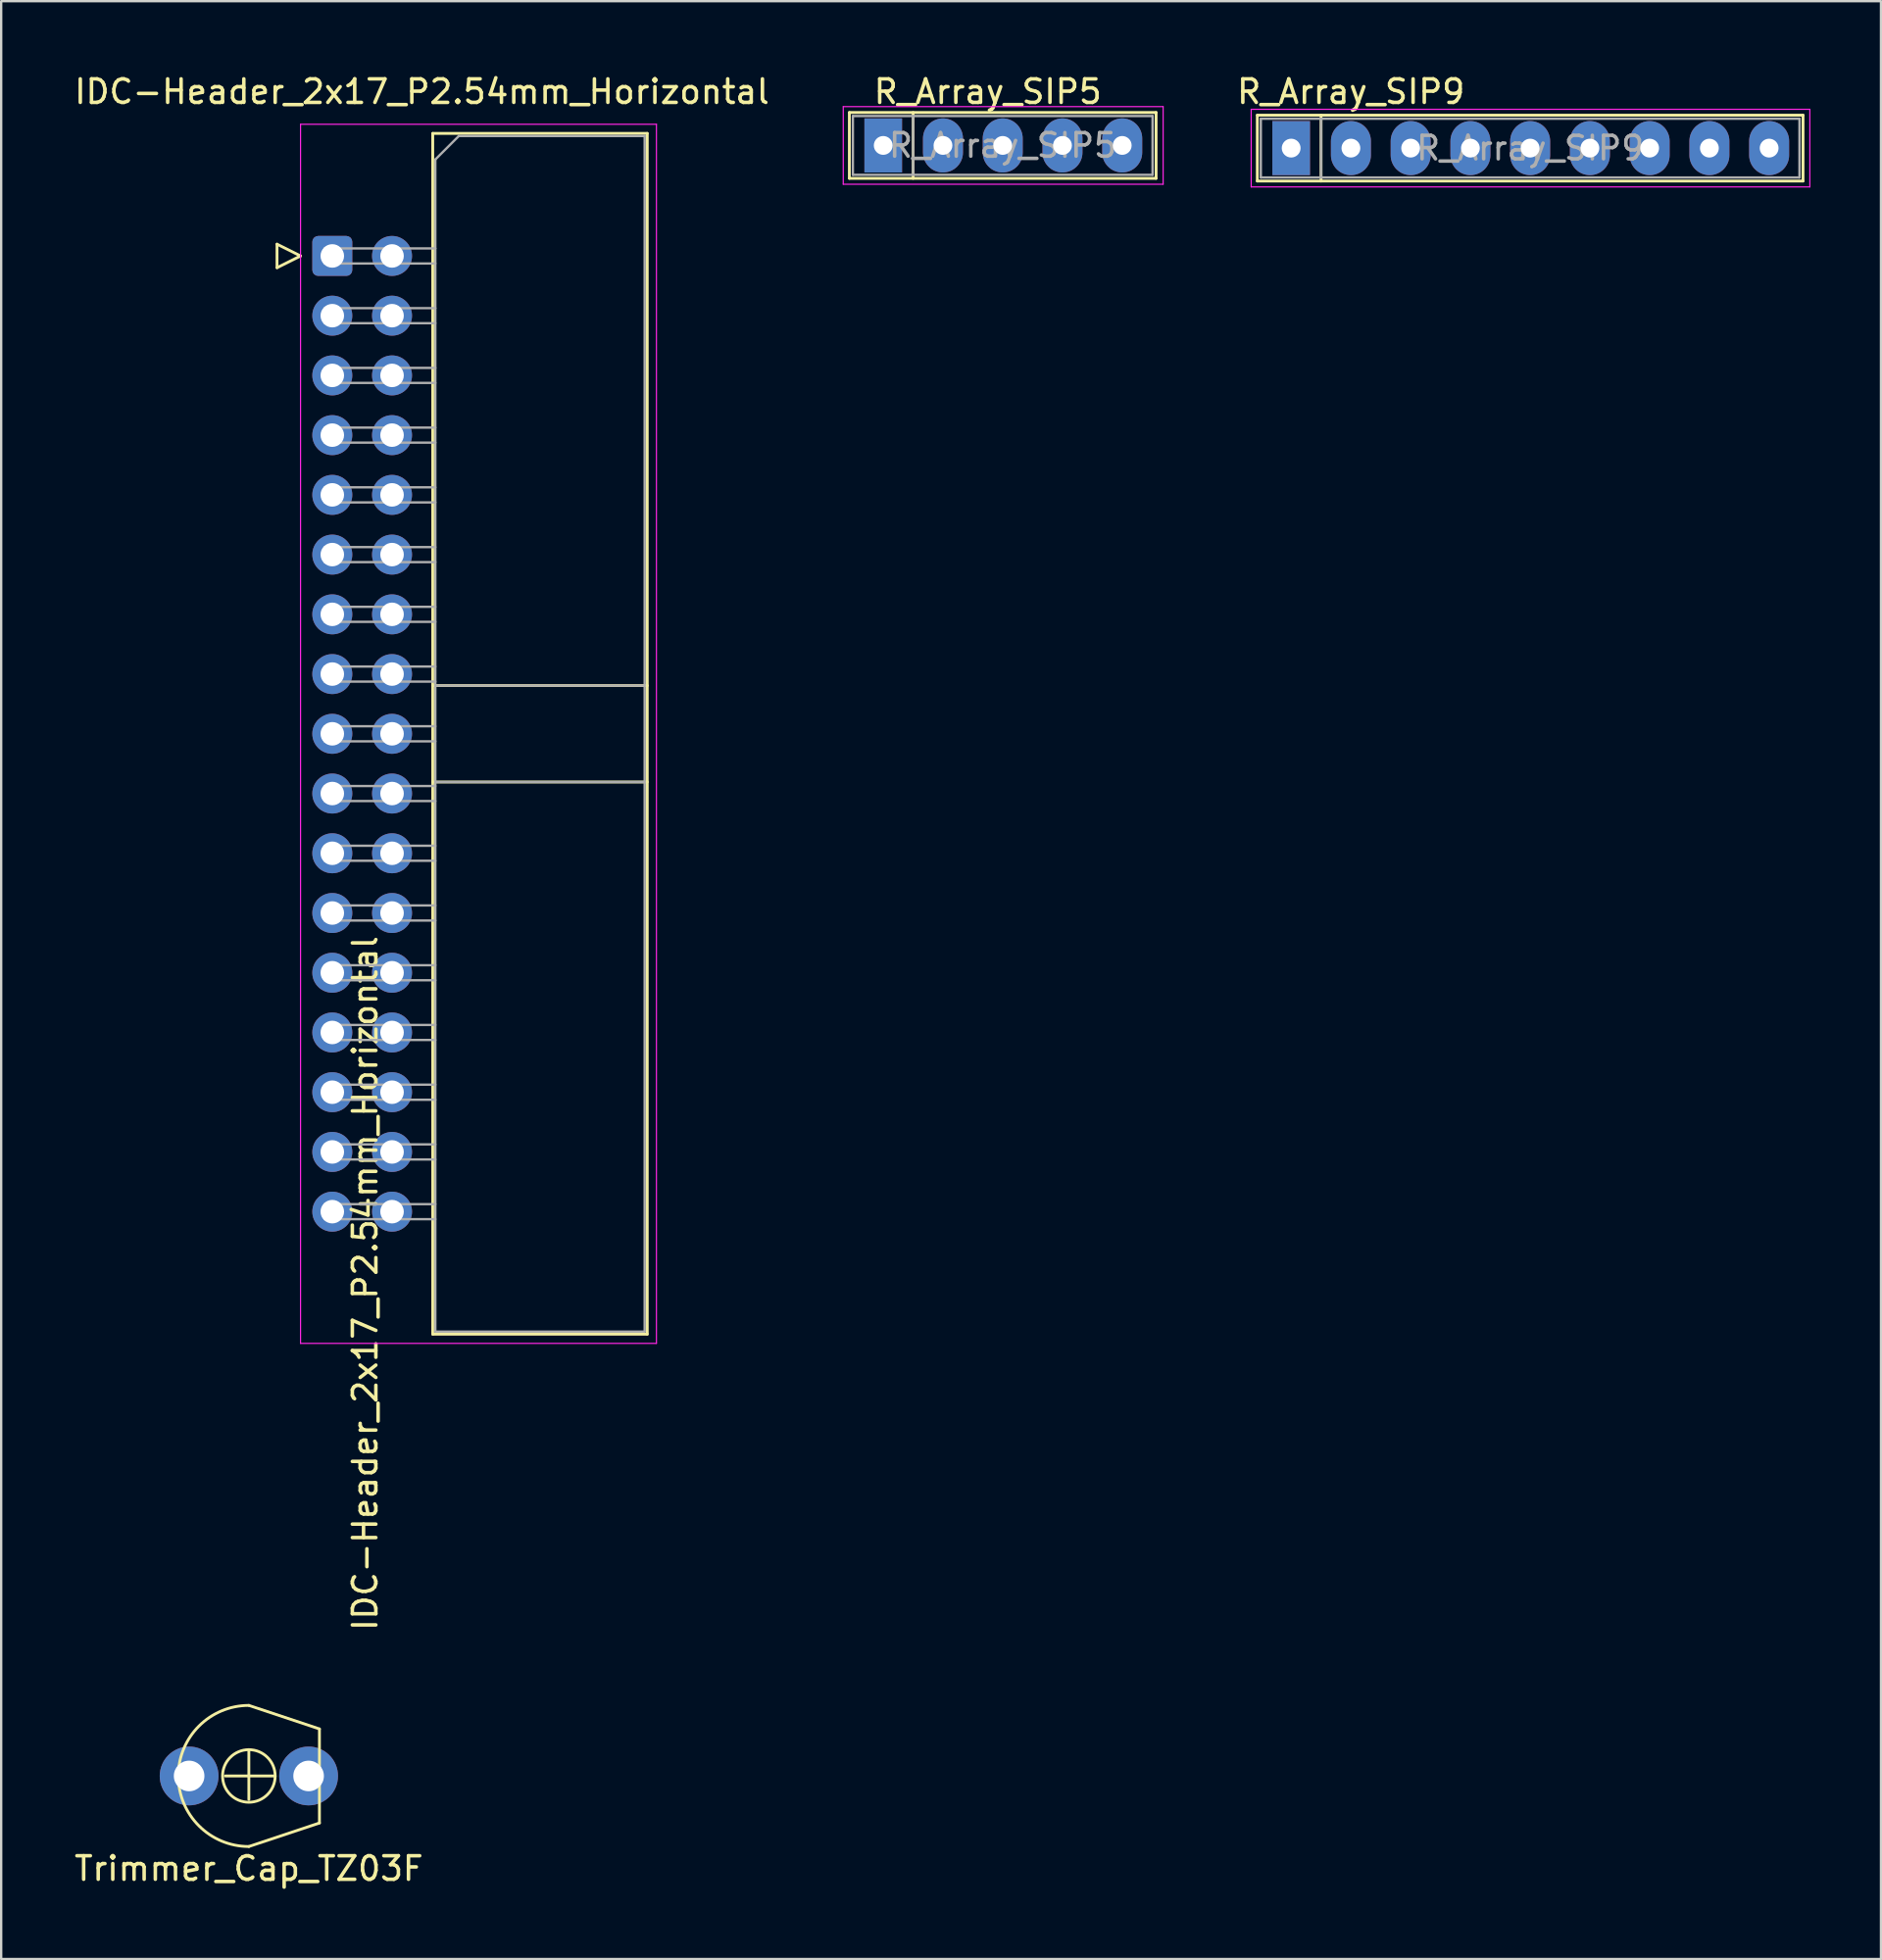
<source format=kicad_pcb>
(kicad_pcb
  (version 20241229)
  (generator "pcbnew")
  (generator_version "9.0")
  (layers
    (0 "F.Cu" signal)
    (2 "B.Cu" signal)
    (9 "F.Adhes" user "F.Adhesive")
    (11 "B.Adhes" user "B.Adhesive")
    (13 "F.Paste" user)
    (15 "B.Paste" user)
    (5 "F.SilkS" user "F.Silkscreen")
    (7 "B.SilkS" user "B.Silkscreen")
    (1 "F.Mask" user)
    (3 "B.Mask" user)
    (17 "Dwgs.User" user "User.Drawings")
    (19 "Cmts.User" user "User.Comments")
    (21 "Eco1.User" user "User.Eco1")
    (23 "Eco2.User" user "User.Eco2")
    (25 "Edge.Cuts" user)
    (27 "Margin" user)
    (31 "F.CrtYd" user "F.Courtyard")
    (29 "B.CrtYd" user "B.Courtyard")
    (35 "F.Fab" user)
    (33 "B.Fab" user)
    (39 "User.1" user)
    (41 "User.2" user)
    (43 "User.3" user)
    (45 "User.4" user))
  (footprint "R_Array_SIP5"
    (layer "F.Cu")
    (at 34.499 3.134)
    (property "Reference" "R_Array_SIP5" (at 4.445 -2.286 0) (layer "F.SilkS") (effects (font (size 1 1) (thickness 0.15))))
    (attr through_hole)
    (fp_line (start -1.44 -1.4) (end -1.44 1.4) (stroke (width 0.12) (type solid)) (layer "F.SilkS"))
    (fp_line (start -1.44 1.4) (end 11.6 1.4) (stroke (width 0.12) (type solid)) (layer "F.SilkS"))
    (fp_line (start 1.27 -1.4) (end 1.27 1.4) (stroke (width 0.12) (type solid)) (layer "F.SilkS"))
    (fp_line (start 11.6 -1.4) (end -1.44 -1.4) (stroke (width 0.12) (type solid)) (layer "F.SilkS"))
    (fp_line (start 11.6 1.4) (end 11.6 -1.4) (stroke (width 0.12) (type solid)) (layer "F.SilkS"))
    (fp_line (start -1.7 -1.65) (end -1.7 1.65) (stroke (width 0.05) (type solid)) (layer "F.CrtYd"))
    (fp_line (start -1.7 1.65) (end 11.9 1.65) (stroke (width 0.05) (type solid)) (layer "F.CrtYd"))
    (fp_line (start 11.9 -1.65) (end -1.7 -1.65) (stroke (width 0.05) (type solid)) (layer "F.CrtYd"))
    (fp_line (start 11.9 1.65) (end 11.9 -1.65) (stroke (width 0.05) (type solid)) (layer "F.CrtYd"))
    (fp_line (start -1.29 -1.25) (end -1.29 1.25) (stroke (width 0.1) (type solid)) (layer "F.Fab"))
    (fp_line (start -1.29 1.25) (end 11.45 1.25) (stroke (width 0.1) (type solid)) (layer "F.Fab"))
    (fp_line (start 1.27 -1.25) (end 1.27 1.25) (stroke (width 0.1) (type solid)) (layer "F.Fab"))
    (fp_line (start 11.45 -1.25) (end -1.29 -1.25) (stroke (width 0.1) (type solid)) (layer "F.Fab"))
    (fp_line (start 11.45 1.25) (end 11.45 -1.25) (stroke (width 0.1) (type solid)) (layer "F.Fab"))
    (fp_text user "${REFERENCE}" (at 5.08 0 0) (layer "F.Fab") (effects (font (size 1 1) (thickness 0.15))))
    (pad "1" thru_hole rect (at 0 0) (size 1.6 2.3) (drill 0.8) (layers "*.Cu" "*.Mask"))
    (pad "2" thru_hole oval (at 2.54 0) (size 1.7 2.3) (drill 0.8) (layers "*.Cu" "*.Mask"))
    (pad "3" thru_hole oval (at 5.08 0) (size 1.7 2.3) (drill 0.8) (layers "*.Cu" "*.Mask"))
    (pad "4" thru_hole oval (at 7.62 0) (size 1.7 2.3) (drill 0.8) (layers "*.Cu" "*.Mask"))
    (pad "5" thru_hole oval (at 10.16 0) (size 1.7 2.3) (drill 0.8) (layers "*.Cu" "*.Mask")))
  (footprint "IDC-Header_2x17_P2.54mm_Horizontal"
    (layer "F.Cu")
    (at 11.077 7.833)
    (property "Reference" "IDC-Header_2x17_P2.54mm_Horizontal" (at 3.81 -6.985 180) (layer "F.SilkS") (effects (font (size 1 1) (thickness 0.15))))
    (attr through_hole)
    (fp_line (start -2.35 -0.5) (end -2.35 0.5) (stroke (width 0.12) (type solid)) (layer "F.SilkS"))
    (fp_line (start -2.35 0.5) (end -1.35 0) (stroke (width 0.12) (type solid)) (layer "F.SilkS"))
    (fp_line (start -1.35 0) (end -2.35 -0.5) (stroke (width 0.12) (type solid)) (layer "F.SilkS"))
    (fp_line (start 4.27 -5.21) (end 13.39 -5.21) (stroke (width 0.12) (type solid)) (layer "F.SilkS"))
    (fp_line (start 4.27 18.27) (end 13.39 18.27) (stroke (width 0.12) (type solid)) (layer "F.SilkS"))
    (fp_line (start 4.27 22.37) (end 13.39 22.37) (stroke (width 0.12) (type solid)) (layer "F.SilkS"))
    (fp_line (start 4.27 45.85) (end 4.27 -5.21) (stroke (width 0.12) (type solid)) (layer "F.SilkS"))
    (fp_line (start 13.39 -5.21) (end 13.39 45.85) (stroke (width 0.12) (type solid)) (layer "F.SilkS"))
    (fp_line (start 13.39 45.85) (end 4.27 45.85) (stroke (width 0.12) (type solid)) (layer "F.SilkS"))
    (fp_line (start -1.35 -5.6) (end -1.35 46.24) (stroke (width 0.05) (type solid)) (layer "F.CrtYd"))
    (fp_line (start -1.35 46.24) (end 13.78 46.24) (stroke (width 0.05) (type solid)) (layer "F.CrtYd"))
    (fp_line (start 13.78 -5.6) (end -1.35 -5.6) (stroke (width 0.05) (type solid)) (layer "F.CrtYd"))
    (fp_line (start 13.78 46.24) (end 13.78 -5.6) (stroke (width 0.05) (type solid)) (layer "F.CrtYd"))
    (fp_line (start -0.32 -0.32) (end -0.32 0.32) (stroke (width 0.1) (type solid)) (layer "F.Fab"))
    (fp_line (start -0.32 0.32) (end 4.38 0.32) (stroke (width 0.1) (type solid)) (layer "F.Fab"))
    (fp_line (start -0.32 2.22) (end -0.32 2.86) (stroke (width 0.1) (type solid)) (layer "F.Fab"))
    (fp_line (start -0.32 2.86) (end 4.38 2.86) (stroke (width 0.1) (type solid)) (layer "F.Fab"))
    (fp_line (start -0.32 4.76) (end -0.32 5.4) (stroke (width 0.1) (type solid)) (layer "F.Fab"))
    (fp_line (start -0.32 5.4) (end 4.38 5.4) (stroke (width 0.1) (type solid)) (layer "F.Fab"))
    (fp_line (start -0.32 7.3) (end -0.32 7.94) (stroke (width 0.1) (type solid)) (layer "F.Fab"))
    (fp_line (start -0.32 7.94) (end 4.38 7.94) (stroke (width 0.1) (type solid)) (layer "F.Fab"))
    (fp_line (start -0.32 9.84) (end -0.32 10.48) (stroke (width 0.1) (type solid)) (layer "F.Fab"))
    (fp_line (start -0.32 10.48) (end 4.38 10.48) (stroke (width 0.1) (type solid)) (layer "F.Fab"))
    (fp_line (start -0.32 12.38) (end -0.32 13.02) (stroke (width 0.1) (type solid)) (layer "F.Fab"))
    (fp_line (start -0.32 13.02) (end 4.38 13.02) (stroke (width 0.1) (type solid)) (layer "F.Fab"))
    (fp_line (start -0.32 14.92) (end -0.32 15.56) (stroke (width 0.1) (type solid)) (layer "F.Fab"))
    (fp_line (start -0.32 15.56) (end 4.38 15.56) (stroke (width 0.1) (type solid)) (layer "F.Fab"))
    (fp_line (start -0.32 17.46) (end -0.32 18.1) (stroke (width 0.1) (type solid)) (layer "F.Fab"))
    (fp_line (start -0.32 18.1) (end 4.38 18.1) (stroke (width 0.1) (type solid)) (layer "F.Fab"))
    (fp_line (start -0.32 20) (end -0.32 20.64) (stroke (width 0.1) (type solid)) (layer "F.Fab"))
    (fp_line (start -0.32 20.64) (end 4.38 20.64) (stroke (width 0.1) (type solid)) (layer "F.Fab"))
    (fp_line (start -0.32 22.54) (end -0.32 23.18) (stroke (width 0.1) (type solid)) (layer "F.Fab"))
    (fp_line (start -0.32 23.18) (end 4.38 23.18) (stroke (width 0.1) (type solid)) (layer "F.Fab"))
    (fp_line (start -0.32 25.08) (end -0.32 25.72) (stroke (width 0.1) (type solid)) (layer "F.Fab"))
    (fp_line (start -0.32 25.72) (end 4.38 25.72) (stroke (width 0.1) (type solid)) (layer "F.Fab"))
    (fp_line (start -0.32 27.62) (end -0.32 28.26) (stroke (width 0.1) (type solid)) (layer "F.Fab"))
    (fp_line (start -0.32 28.26) (end 4.38 28.26) (stroke (width 0.1) (type solid)) (layer "F.Fab"))
    (fp_line (start -0.32 30.16) (end -0.32 30.8) (stroke (width 0.1) (type solid)) (layer "F.Fab"))
    (fp_line (start -0.32 30.8) (end 4.38 30.8) (stroke (width 0.1) (type solid)) (layer "F.Fab"))
    (fp_line (start -0.32 32.7) (end -0.32 33.34) (stroke (width 0.1) (type solid)) (layer "F.Fab"))
    (fp_line (start -0.32 33.34) (end 4.38 33.34) (stroke (width 0.1) (type solid)) (layer "F.Fab"))
    (fp_line (start -0.32 35.24) (end -0.32 35.88) (stroke (width 0.1) (type solid)) (layer "F.Fab"))
    (fp_line (start -0.32 35.88) (end 4.38 35.88) (stroke (width 0.1) (type solid)) (layer "F.Fab"))
    (fp_line (start -0.32 37.78) (end -0.32 38.42) (stroke (width 0.1) (type solid)) (layer "F.Fab"))
    (fp_line (start -0.32 38.42) (end 4.38 38.42) (stroke (width 0.1) (type solid)) (layer "F.Fab"))
    (fp_line (start -0.32 40.32) (end -0.32 40.96) (stroke (width 0.1) (type solid)) (layer "F.Fab"))
    (fp_line (start -0.32 40.96) (end 4.38 40.96) (stroke (width 0.1) (type solid)) (layer "F.Fab"))
    (fp_line (start 4.38 -4.1) (end 5.38 -5.1) (stroke (width 0.1) (type solid)) (layer "F.Fab"))
    (fp_line (start 4.38 -0.32) (end -0.32 -0.32) (stroke (width 0.1) (type solid)) (layer "F.Fab"))
    (fp_line (start 4.38 2.22) (end -0.32 2.22) (stroke (width 0.1) (type solid)) (layer "F.Fab"))
    (fp_line (start 4.38 4.76) (end -0.32 4.76) (stroke (width 0.1) (type solid)) (layer "F.Fab"))
    (fp_line (start 4.38 7.3) (end -0.32 7.3) (stroke (width 0.1) (type solid)) (layer "F.Fab"))
    (fp_line (start 4.38 9.84) (end -0.32 9.84) (stroke (width 0.1) (type solid)) (layer "F.Fab"))
    (fp_line (start 4.38 12.38) (end -0.32 12.38) (stroke (width 0.1) (type solid)) (layer "F.Fab"))
    (fp_line (start 4.38 14.92) (end -0.32 14.92) (stroke (width 0.1) (type solid)) (layer "F.Fab"))
    (fp_line (start 4.38 17.46) (end -0.32 17.46) (stroke (width 0.1) (type solid)) (layer "F.Fab"))
    (fp_line (start 4.38 18.27) (end 13.28 18.27) (stroke (width 0.1) (type solid)) (layer "F.Fab"))
    (fp_line (start 4.38 20) (end -0.32 20) (stroke (width 0.1) (type solid)) (layer "F.Fab"))
    (fp_line (start 4.38 22.37) (end 13.28 22.37) (stroke (width 0.1) (type solid)) (layer "F.Fab"))
    (fp_line (start 4.38 22.54) (end -0.32 22.54) (stroke (width 0.1) (type solid)) (layer "F.Fab"))
    (fp_line (start 4.38 25.08) (end -0.32 25.08) (stroke (width 0.1) (type solid)) (layer "F.Fab"))
    (fp_line (start 4.38 27.62) (end -0.32 27.62) (stroke (width 0.1) (type solid)) (layer "F.Fab"))
    (fp_line (start 4.38 30.16) (end -0.32 30.16) (stroke (width 0.1) (type solid)) (layer "F.Fab"))
    (fp_line (start 4.38 32.7) (end -0.32 32.7) (stroke (width 0.1) (type solid)) (layer "F.Fab"))
    (fp_line (start 4.38 35.24) (end -0.32 35.24) (stroke (width 0.1) (type solid)) (layer "F.Fab"))
    (fp_line (start 4.38 37.78) (end -0.32 37.78) (stroke (width 0.1) (type solid)) (layer "F.Fab"))
    (fp_line (start 4.38 40.32) (end -0.32 40.32) (stroke (width 0.1) (type solid)) (layer "F.Fab"))
    (fp_line (start 4.38 45.74) (end 4.38 -4.1) (stroke (width 0.1) (type solid)) (layer "F.Fab"))
    (fp_line (start 5.38 -5.1) (end 13.28 -5.1) (stroke (width 0.1) (type solid)) (layer "F.Fab"))
    (fp_line (start 13.28 -5.1) (end 13.28 45.74) (stroke (width 0.1) (type solid)) (layer "F.Fab"))
    (fp_line (start 13.28 45.74) (end 4.38 45.74) (stroke (width 0.1) (type solid)) (layer "F.Fab"))
    (fp_text user "${REFERENCE}" (at 1.397 43.688 90) (layer "F.SilkS") (effects (font (size 1 1) (thickness 0.15))))
    (pad "1" thru_hole roundrect (at 0 0) (size 1.7 1.7) (drill 1) (layers "*.Cu" "*.Mask") (roundrect_rratio 0.147))
    (pad "2" thru_hole circle (at 2.54 0) (size 1.7 1.7) (drill 1) (layers "*.Cu" "*.Mask"))
    (pad "3" thru_hole circle (at 0 2.54) (size 1.7 1.7) (drill 1) (layers "*.Cu" "*.Mask"))
    (pad "4" thru_hole circle (at 2.54 2.54) (size 1.7 1.7) (drill 1) (layers "*.Cu" "*.Mask"))
    (pad "5" thru_hole circle (at 0 5.08) (size 1.7 1.7) (drill 1) (layers "*.Cu" "*.Mask"))
    (pad "6" thru_hole circle (at 2.54 5.08) (size 1.7 1.7) (drill 1) (layers "*.Cu" "*.Mask"))
    (pad "7" thru_hole circle (at 0 7.62) (size 1.7 1.7) (drill 1) (layers "*.Cu" "*.Mask"))
    (pad "8" thru_hole circle (at 2.54 7.62) (size 1.7 1.7) (drill 1) (layers "*.Cu" "*.Mask"))
    (pad "9" thru_hole circle (at 0 10.16) (size 1.7 1.7) (drill 1) (layers "*.Cu" "*.Mask"))
    (pad "10" thru_hole circle (at 2.54 10.16) (size 1.7 1.7) (drill 1) (layers "*.Cu" "*.Mask"))
    (pad "11" thru_hole circle (at 0 12.7) (size 1.7 1.7) (drill 1) (layers "*.Cu" "*.Mask"))
    (pad "12" thru_hole circle (at 2.54 12.7) (size 1.7 1.7) (drill 1) (layers "*.Cu" "*.Mask"))
    (pad "13" thru_hole circle (at 0 15.24) (size 1.7 1.7) (drill 1) (layers "*.Cu" "*.Mask"))
    (pad "14" thru_hole circle (at 2.54 15.24) (size 1.7 1.7) (drill 1) (layers "*.Cu" "*.Mask"))
    (pad "15" thru_hole circle (at 0 17.78) (size 1.7 1.7) (drill 1) (layers "*.Cu" "*.Mask"))
    (pad "16" thru_hole circle (at 2.54 17.78) (size 1.7 1.7) (drill 1) (layers "*.Cu" "*.Mask"))
    (pad "17" thru_hole circle (at 0 20.32) (size 1.7 1.7) (drill 1) (layers "*.Cu" "*.Mask"))
    (pad "18" thru_hole circle (at 2.54 20.32) (size 1.7 1.7) (drill 1) (layers "*.Cu" "*.Mask"))
    (pad "19" thru_hole circle (at 0 22.86) (size 1.7 1.7) (drill 1) (layers "*.Cu" "*.Mask"))
    (pad "20" thru_hole circle (at 2.54 22.86) (size 1.7 1.7) (drill 1) (layers "*.Cu" "*.Mask"))
    (pad "21" thru_hole circle (at 0 25.4) (size 1.7 1.7) (drill 1) (layers "*.Cu" "*.Mask"))
    (pad "22" thru_hole circle (at 2.54 25.4) (size 1.7 1.7) (drill 1) (layers "*.Cu" "*.Mask"))
    (pad "23" thru_hole circle (at 0 27.94) (size 1.7 1.7) (drill 1) (layers "*.Cu" "*.Mask"))
    (pad "24" thru_hole circle (at 2.54 27.94) (size 1.7 1.7) (drill 1) (layers "*.Cu" "*.Mask"))
    (pad "25" thru_hole circle (at 0 30.48) (size 1.7 1.7) (drill 1) (layers "*.Cu" "*.Mask"))
    (pad "26" thru_hole circle (at 2.54 30.48) (size 1.7 1.7) (drill 1) (layers "*.Cu" "*.Mask"))
    (pad "27" thru_hole circle (at 0 33.02) (size 1.7 1.7) (drill 1) (layers "*.Cu" "*.Mask"))
    (pad "28" thru_hole circle (at 2.54 33.02) (size 1.7 1.7) (drill 1) (layers "*.Cu" "*.Mask"))
    (pad "29" thru_hole circle (at 0 35.56) (size 1.7 1.7) (drill 1) (layers "*.Cu" "*.Mask"))
    (pad "30" thru_hole circle (at 2.54 35.56) (size 1.7 1.7) (drill 1) (layers "*.Cu" "*.Mask"))
    (pad "31" thru_hole circle (at 0 38.1) (size 1.7 1.7) (drill 1) (layers "*.Cu" "*.Mask"))
    (pad "32" thru_hole circle (at 2.54 38.1) (size 1.7 1.7) (drill 1) (layers "*.Cu" "*.Mask"))
    (pad "33" thru_hole circle (at 0 40.64) (size 1.7 1.7) (drill 1) (layers "*.Cu" "*.Mask"))
    (pad "34" thru_hole circle (at 2.54 40.64) (size 1.7 1.7) (drill 1) (layers "*.Cu" "*.Mask")))
  (footprint "Trimmer_Cap_TZ03F"
    (layer "F.Cu")
    (at 7.53 72.468)
    (property "Reference" "Trimmer_Cap_TZ03F" (at 0 3.937 0) (layer "F.SilkS") (effects (font (size 1 1) (thickness 0.15))))
    (attr through_hole)
    (fp_line (start -1 0) (end 1.118 0) (stroke (width 0.12) (type solid)) (layer "F.SilkS"))
    (fp_line (start 0 -1.118) (end 0 1) (stroke (width 0.12) (type solid)) (layer "F.SilkS"))
    (fp_line (start 3 -2) (end 0 -3) (stroke (width 0.12) (type solid)) (layer "F.SilkS"))
    (fp_line (start 3 -2) (end 3 2) (stroke (width 0.12) (type solid)) (layer "F.SilkS"))
    (fp_line (start 3 2) (end 0 3) (stroke (width 0.12) (type solid)) (layer "F.SilkS"))
    (fp_arc (start -3 0) (mid -2.12132 -2.12132) (end 0 -3) (stroke (width 0.12) (type solid)) (layer "F.SilkS"))
    (fp_arc (start 0 3) (mid -2.12132 2.12132) (end -3 0) (stroke (width 0.12) (type solid)) (layer "F.SilkS"))
    (fp_circle (center 0 0) (end -0.5 -1) (stroke (width 0.12) (type solid)) (fill no) (layer "F.SilkS"))
    (pad "1" thru_hole circle (at -2.54 0) (size 2.5 2.5) (drill 1.3) (layers "*.Cu" "*.Mask"))
    (pad "2" thru_hole circle (at 2.54 0) (size 2.5 2.5) (drill 1.3) (layers "*.Cu" "*.Mask")))
  (footprint "R_Array_SIP9"
    (layer "F.Cu")
    (at 51.842 3.248)
    (property "Reference" "R_Array_SIP9" (at 2.54 -2.4 0) (layer "F.SilkS") (effects (font (size 1 1) (thickness 0.15))))
    (attr through_hole)
    (fp_line (start -1.44 -1.4) (end -1.44 1.4) (stroke (width 0.12) (type solid)) (layer "F.SilkS"))
    (fp_line (start -1.44 1.4) (end 21.76 1.4) (stroke (width 0.12) (type solid)) (layer "F.SilkS"))
    (fp_line (start 1.27 -1.4) (end 1.27 1.4) (stroke (width 0.12) (type solid)) (layer "F.SilkS"))
    (fp_line (start 21.76 -1.4) (end -1.44 -1.4) (stroke (width 0.12) (type solid)) (layer "F.SilkS"))
    (fp_line (start 21.76 1.4) (end 21.76 -1.4) (stroke (width 0.12) (type solid)) (layer "F.SilkS"))
    (fp_line (start -1.7 -1.65) (end -1.7 1.65) (stroke (width 0.05) (type solid)) (layer "F.CrtYd"))
    (fp_line (start -1.7 1.65) (end 22.05 1.65) (stroke (width 0.05) (type solid)) (layer "F.CrtYd"))
    (fp_line (start 22.05 -1.65) (end -1.7 -1.65) (stroke (width 0.05) (type solid)) (layer "F.CrtYd"))
    (fp_line (start 22.05 1.65) (end 22.05 -1.65) (stroke (width 0.05) (type solid)) (layer "F.CrtYd"))
    (fp_line (start -1.29 -1.25) (end -1.29 1.25) (stroke (width 0.1) (type solid)) (layer "F.Fab"))
    (fp_line (start -1.29 1.25) (end 21.61 1.25) (stroke (width 0.1) (type solid)) (layer "F.Fab"))
    (fp_line (start 1.27 -1.25) (end 1.27 1.25) (stroke (width 0.1) (type solid)) (layer "F.Fab"))
    (fp_line (start 21.61 -1.25) (end -1.29 -1.25) (stroke (width 0.1) (type solid)) (layer "F.Fab"))
    (fp_line (start 21.61 1.25) (end 21.61 -1.25) (stroke (width 0.1) (type solid)) (layer "F.Fab"))
    (fp_text user "${REFERENCE}" (at 10.16 0 0) (layer "F.Fab") (effects (font (size 1 1) (thickness 0.15))))
    (pad "1" thru_hole rect (at 0 0) (size 1.6 2.3) (drill 0.8) (layers "*.Cu" "*.Mask"))
    (pad "2" thru_hole oval (at 2.54 0) (size 1.7 2.3) (drill 0.8) (layers "*.Cu" "*.Mask"))
    (pad "3" thru_hole oval (at 5.08 0) (size 1.7 2.3) (drill 0.8) (layers "*.Cu" "*.Mask"))
    (pad "4" thru_hole oval (at 7.62 0) (size 1.7 2.3) (drill 0.8) (layers "*.Cu" "*.Mask"))
    (pad "5" thru_hole oval (at 10.16 0) (size 1.7 2.3) (drill 0.8) (layers "*.Cu" "*.Mask"))
    (pad "6" thru_hole oval (at 12.7 0) (size 1.7 2.3) (drill 0.8) (layers "*.Cu" "*.Mask"))
    (pad "7" thru_hole oval (at 15.24 0) (size 1.7 2.3) (drill 0.8) (layers "*.Cu" "*.Mask"))
    (pad "8" thru_hole oval (at 17.78 0) (size 1.7 2.3) (drill 0.8) (layers "*.Cu" "*.Mask"))
    (pad "9" thru_hole oval (at 20.32 0) (size 1.7 2.3) (drill 0.8) (layers "*.Cu" "*.Mask")))
  (gr_rect
    (start -3 -3)
    (end 76.917 80.253)
    (stroke (width 0.1) (type default))
    (fill no)
    (layer "Edge.Cuts")))
</source>
